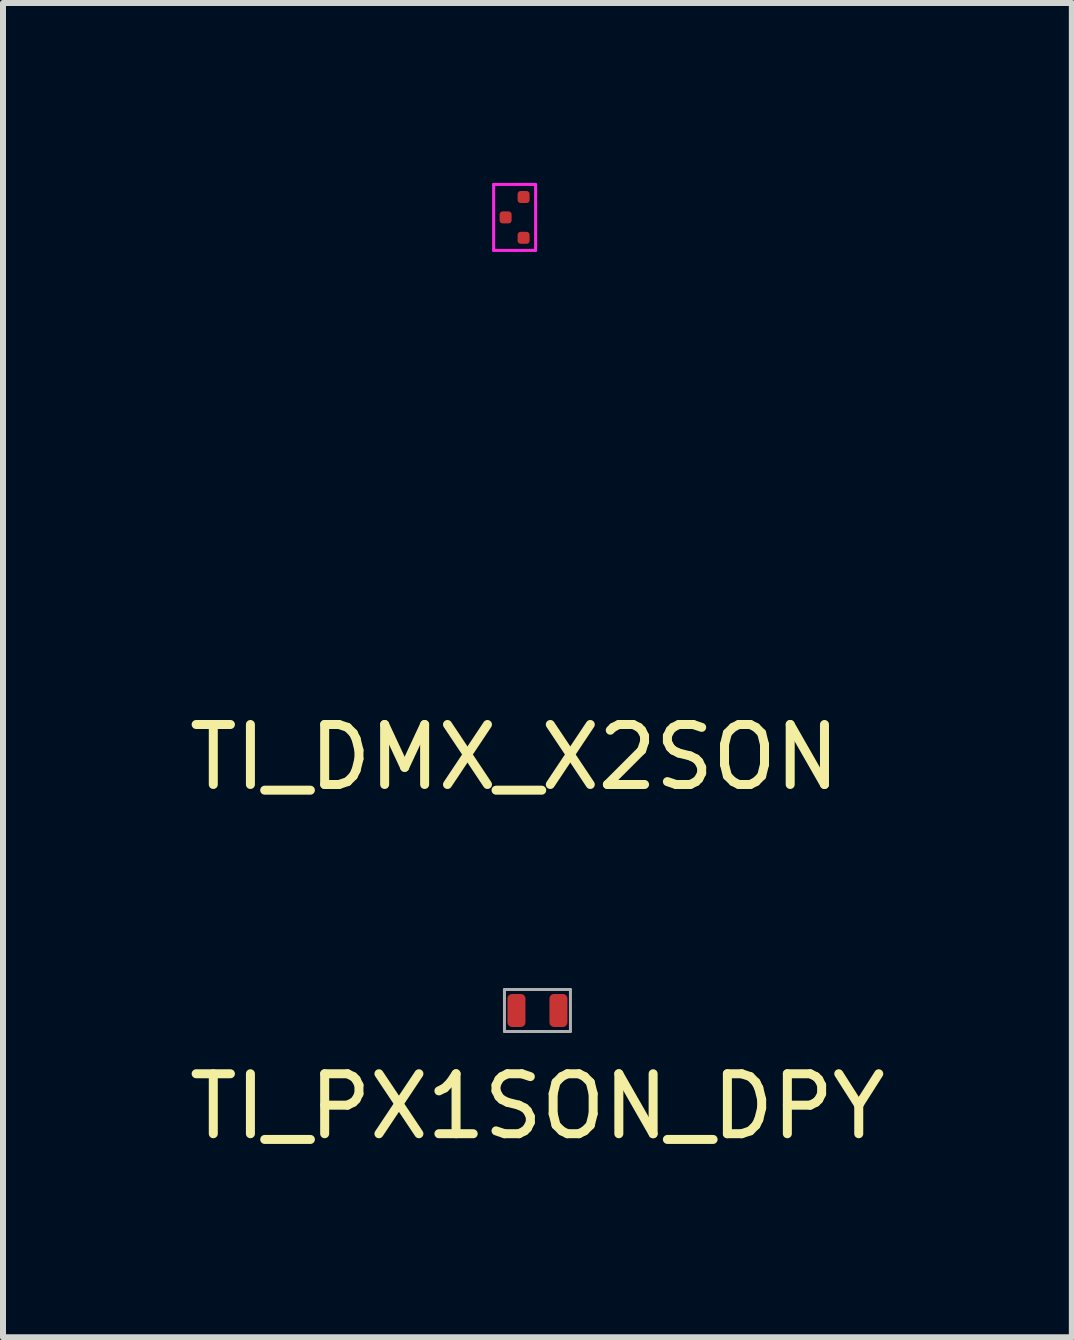
<source format=kicad_pcb>
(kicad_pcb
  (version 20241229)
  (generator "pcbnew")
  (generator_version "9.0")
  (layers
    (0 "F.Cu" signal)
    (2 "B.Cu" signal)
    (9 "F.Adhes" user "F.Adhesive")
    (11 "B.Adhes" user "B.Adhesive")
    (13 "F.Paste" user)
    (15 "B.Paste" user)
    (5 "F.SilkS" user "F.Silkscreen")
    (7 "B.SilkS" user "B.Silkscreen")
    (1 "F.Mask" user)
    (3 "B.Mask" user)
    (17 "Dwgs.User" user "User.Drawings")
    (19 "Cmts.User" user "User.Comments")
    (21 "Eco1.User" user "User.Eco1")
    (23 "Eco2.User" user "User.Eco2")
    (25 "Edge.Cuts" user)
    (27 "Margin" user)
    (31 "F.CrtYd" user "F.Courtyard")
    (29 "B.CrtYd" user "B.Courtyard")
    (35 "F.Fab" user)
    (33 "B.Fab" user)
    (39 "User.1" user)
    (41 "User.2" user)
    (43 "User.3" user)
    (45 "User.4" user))
  (footprint "TI_DMX_X2SON"
    (layer "F.Cu")
    (at 5.53 0.575)
    (property "Reference" "TI_DMX_X2SON" (at 0 9 0) (layer "F.SilkS") (effects (font (size 1 1) (thickness 0.15))))
    (attr through_hole)
    (fp_line (start -0.35 -0.55) (end 0.35 -0.55) (stroke (width 0.05) (type solid)) (layer "F.CrtYd"))
    (fp_line (start -0.35 0.55) (end -0.35 -0.55) (stroke (width 0.05) (type solid)) (layer "F.CrtYd"))
    (fp_line (start 0.35 -0.55) (end 0.35 0.55) (stroke (width 0.05) (type solid)) (layer "F.CrtYd"))
    (fp_line (start 0.35 0.55) (end -0.35 0.55) (stroke (width 0.05) (type solid)) (layer "F.CrtYd"))
    (pad "1" smd roundrect (at -0.15 0) (size 0.2 0.2) (layers "F.Cu" "F.Mask" "F.Paste") (roundrect_rratio 0.25))
    (pad "2" smd roundrect (at 0.15 0.34) (size 0.2 0.2) (layers "F.Cu" "F.Mask" "F.Paste") (roundrect_rratio 0.25))
    (pad "3" smd roundrect (at 0.15 -0.34) (size 0.2 0.2) (layers "F.Cu" "F.Mask" "F.Paste") (roundrect_rratio 0.25)))
  (footprint "TI_PX1SON_DPY"
    (layer "F.Cu")
    (at 5.911 13.798)
    (property "Reference" "TI_PX1SON_DPY" (at 0 1.6 0) (layer "F.SilkS") (effects (font (size 1 1) (thickness 0.15))))
    (attr through_hole)
    (fp_line (start -0.55 -0.35) (end 0.55 -0.35) (stroke (width 0.05) (type solid)) (layer "F.Fab"))
    (fp_line (start -0.55 0.35) (end -0.55 -0.35) (stroke (width 0.05) (type solid)) (layer "F.Fab"))
    (fp_line (start 0.55 -0.35) (end 0.55 0.35) (stroke (width 0.05) (type solid)) (layer "F.Fab"))
    (fp_line (start 0.55 0.35) (end -0.55 0.35) (stroke (width 0.05) (type solid)) (layer "F.Fab"))
    (pad "1" smd roundrect (at -0.35 0) (size 0.3 0.55) (layers "F.Cu" "F.Mask" "F.Paste") (roundrect_rratio 0.25))
    (pad "2" smd roundrect (at 0.35 0) (size 0.3 0.55) (layers "F.Cu" "F.Mask" "F.Paste") (roundrect_rratio 0.25)))
  (gr_rect
    (start -3 -3)
    (end 14.821 19.247)
    (stroke (width 0.1) (type default))
    (fill no)
    (layer "Edge.Cuts")))
</source>
